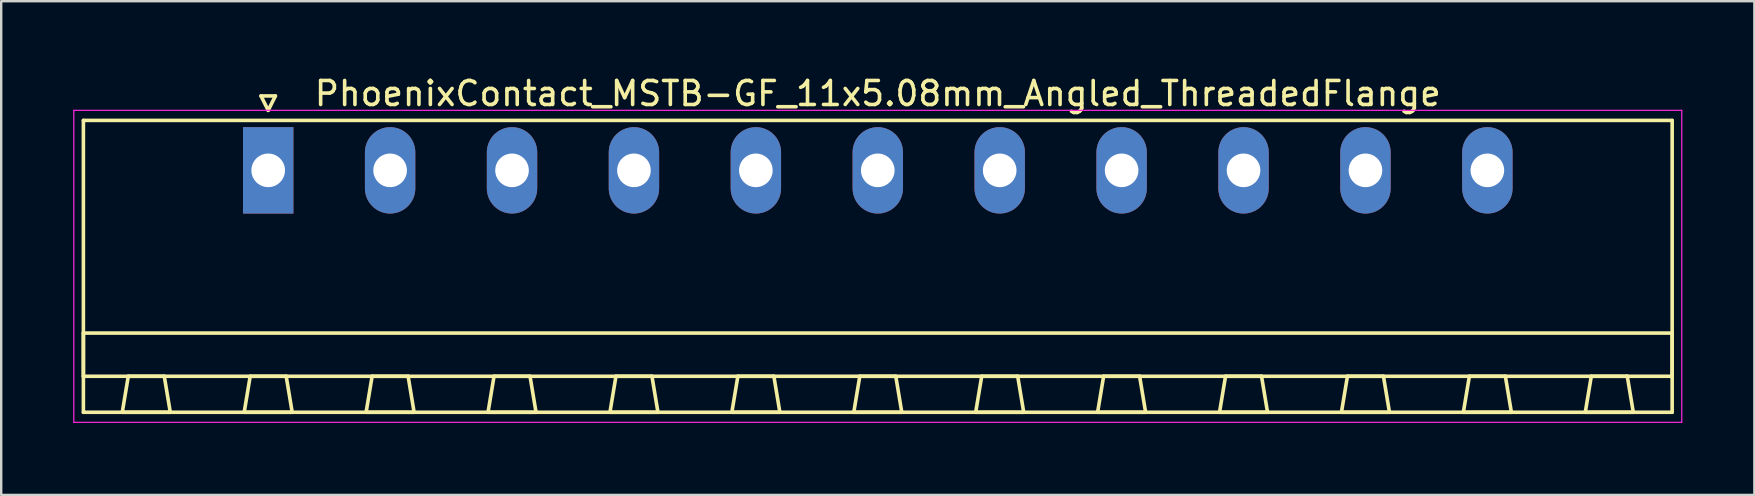
<source format=kicad_pcb>
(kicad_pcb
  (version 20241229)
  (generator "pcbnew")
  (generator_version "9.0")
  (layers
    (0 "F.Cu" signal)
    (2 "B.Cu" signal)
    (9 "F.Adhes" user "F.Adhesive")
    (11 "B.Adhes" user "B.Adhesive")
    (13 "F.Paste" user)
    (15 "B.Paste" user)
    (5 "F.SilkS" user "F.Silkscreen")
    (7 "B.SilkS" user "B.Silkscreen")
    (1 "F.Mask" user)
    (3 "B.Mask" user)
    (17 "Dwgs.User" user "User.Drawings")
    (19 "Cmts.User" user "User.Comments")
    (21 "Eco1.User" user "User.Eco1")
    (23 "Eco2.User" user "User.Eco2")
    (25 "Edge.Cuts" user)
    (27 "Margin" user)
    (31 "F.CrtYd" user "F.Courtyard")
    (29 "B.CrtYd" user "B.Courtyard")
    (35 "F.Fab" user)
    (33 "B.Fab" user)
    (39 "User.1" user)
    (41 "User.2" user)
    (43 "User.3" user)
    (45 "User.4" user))
  (footprint "PhoenixContact_MSTB-GF_11x5.08mm_Angled_ThreadedFlange"
    (layer "F.Cu")
    (at 8.125 4.048)
    (property "Reference" "PhoenixContact_MSTB-GF_11x5.08mm_Angled_ThreadedFlange" (at 25.4 -3.2 0) (layer "F.SilkS") (effects (font (size 1 1) (thickness 0.15))))
    (attr through_hole)
    (fp_line (start -7.7 -2.08) (end -7.7 10.08) (stroke (width 0.15) (type solid)) (layer "F.SilkS"))
    (fp_line (start -7.7 6.78) (end 58.5 6.78) (stroke (width 0.15) (type solid)) (layer "F.SilkS"))
    (fp_line (start -7.7 8.58) (end -7.7 6.78) (stroke (width 0.15) (type solid)) (layer "F.SilkS"))
    (fp_line (start -7.7 10.08) (end 58.5 10.08) (stroke (width 0.15) (type solid)) (layer "F.SilkS"))
    (fp_line (start -6.08 10.08) (end -4.08 10.08) (stroke (width 0.15) (type solid)) (layer "F.SilkS"))
    (fp_line (start -5.83 8.58) (end -6.08 10.08) (stroke (width 0.15) (type solid)) (layer "F.SilkS"))
    (fp_line (start -4.33 8.58) (end -5.83 8.58) (stroke (width 0.15) (type solid)) (layer "F.SilkS"))
    (fp_line (start -4.08 10.08) (end -4.33 8.58) (stroke (width 0.15) (type solid)) (layer "F.SilkS"))
    (fp_line (start -1 10.08) (end 1 10.08) (stroke (width 0.15) (type solid)) (layer "F.SilkS"))
    (fp_line (start -0.75 8.58) (end -1 10.08) (stroke (width 0.15) (type solid)) (layer "F.SilkS"))
    (fp_line (start -0.3 -3.1) (end 0 -2.5) (stroke (width 0.15) (type solid)) (layer "F.SilkS"))
    (fp_line (start 0 -2.5) (end 0.3 -3.1) (stroke (width 0.15) (type solid)) (layer "F.SilkS"))
    (fp_line (start 0.3 -3.1) (end -0.3 -3.1) (stroke (width 0.15) (type solid)) (layer "F.SilkS"))
    (fp_line (start 0.75 8.58) (end -0.75 8.58) (stroke (width 0.15) (type solid)) (layer "F.SilkS"))
    (fp_line (start 1 10.08) (end 0.75 8.58) (stroke (width 0.15) (type solid)) (layer "F.SilkS"))
    (fp_line (start 4.08 10.08) (end 6.08 10.08) (stroke (width 0.15) (type solid)) (layer "F.SilkS"))
    (fp_line (start 4.33 8.58) (end 4.08 10.08) (stroke (width 0.15) (type solid)) (layer "F.SilkS"))
    (fp_line (start 5.83 8.58) (end 4.33 8.58) (stroke (width 0.15) (type solid)) (layer "F.SilkS"))
    (fp_line (start 6.08 10.08) (end 5.83 8.58) (stroke (width 0.15) (type solid)) (layer "F.SilkS"))
    (fp_line (start 9.16 10.08) (end 11.16 10.08) (stroke (width 0.15) (type solid)) (layer "F.SilkS"))
    (fp_line (start 9.41 8.58) (end 9.16 10.08) (stroke (width 0.15) (type solid)) (layer "F.SilkS"))
    (fp_line (start 10.91 8.58) (end 9.41 8.58) (stroke (width 0.15) (type solid)) (layer "F.SilkS"))
    (fp_line (start 11.16 10.08) (end 10.91 8.58) (stroke (width 0.15) (type solid)) (layer "F.SilkS"))
    (fp_line (start 14.24 10.08) (end 16.24 10.08) (stroke (width 0.15) (type solid)) (layer "F.SilkS"))
    (fp_line (start 14.49 8.58) (end 14.24 10.08) (stroke (width 0.15) (type solid)) (layer "F.SilkS"))
    (fp_line (start 15.99 8.58) (end 14.49 8.58) (stroke (width 0.15) (type solid)) (layer "F.SilkS"))
    (fp_line (start 16.24 10.08) (end 15.99 8.58) (stroke (width 0.15) (type solid)) (layer "F.SilkS"))
    (fp_line (start 19.32 10.08) (end 21.32 10.08) (stroke (width 0.15) (type solid)) (layer "F.SilkS"))
    (fp_line (start 19.57 8.58) (end 19.32 10.08) (stroke (width 0.15) (type solid)) (layer "F.SilkS"))
    (fp_line (start 21.07 8.58) (end 19.57 8.58) (stroke (width 0.15) (type solid)) (layer "F.SilkS"))
    (fp_line (start 21.32 10.08) (end 21.07 8.58) (stroke (width 0.15) (type solid)) (layer "F.SilkS"))
    (fp_line (start 24.4 10.08) (end 26.4 10.08) (stroke (width 0.15) (type solid)) (layer "F.SilkS"))
    (fp_line (start 24.65 8.58) (end 24.4 10.08) (stroke (width 0.15) (type solid)) (layer "F.SilkS"))
    (fp_line (start 26.15 8.58) (end 24.65 8.58) (stroke (width 0.15) (type solid)) (layer "F.SilkS"))
    (fp_line (start 26.4 10.08) (end 26.15 8.58) (stroke (width 0.15) (type solid)) (layer "F.SilkS"))
    (fp_line (start 29.48 10.08) (end 31.48 10.08) (stroke (width 0.15) (type solid)) (layer "F.SilkS"))
    (fp_line (start 29.73 8.58) (end 29.48 10.08) (stroke (width 0.15) (type solid)) (layer "F.SilkS"))
    (fp_line (start 31.23 8.58) (end 29.73 8.58) (stroke (width 0.15) (type solid)) (layer "F.SilkS"))
    (fp_line (start 31.48 10.08) (end 31.23 8.58) (stroke (width 0.15) (type solid)) (layer "F.SilkS"))
    (fp_line (start 34.56 10.08) (end 36.56 10.08) (stroke (width 0.15) (type solid)) (layer "F.SilkS"))
    (fp_line (start 34.81 8.58) (end 34.56 10.08) (stroke (width 0.15) (type solid)) (layer "F.SilkS"))
    (fp_line (start 36.31 8.58) (end 34.81 8.58) (stroke (width 0.15) (type solid)) (layer "F.SilkS"))
    (fp_line (start 36.56 10.08) (end 36.31 8.58) (stroke (width 0.15) (type solid)) (layer "F.SilkS"))
    (fp_line (start 39.64 10.08) (end 41.64 10.08) (stroke (width 0.15) (type solid)) (layer "F.SilkS"))
    (fp_line (start 39.89 8.58) (end 39.64 10.08) (stroke (width 0.15) (type solid)) (layer "F.SilkS"))
    (fp_line (start 41.39 8.58) (end 39.89 8.58) (stroke (width 0.15) (type solid)) (layer "F.SilkS"))
    (fp_line (start 41.64 10.08) (end 41.39 8.58) (stroke (width 0.15) (type solid)) (layer "F.SilkS"))
    (fp_line (start 44.72 10.08) (end 46.72 10.08) (stroke (width 0.15) (type solid)) (layer "F.SilkS"))
    (fp_line (start 44.97 8.58) (end 44.72 10.08) (stroke (width 0.15) (type solid)) (layer "F.SilkS"))
    (fp_line (start 46.47 8.58) (end 44.97 8.58) (stroke (width 0.15) (type solid)) (layer "F.SilkS"))
    (fp_line (start 46.72 10.08) (end 46.47 8.58) (stroke (width 0.15) (type solid)) (layer "F.SilkS"))
    (fp_line (start 49.8 10.08) (end 51.8 10.08) (stroke (width 0.15) (type solid)) (layer "F.SilkS"))
    (fp_line (start 50.05 8.58) (end 49.8 10.08) (stroke (width 0.15) (type solid)) (layer "F.SilkS"))
    (fp_line (start 51.55 8.58) (end 50.05 8.58) (stroke (width 0.15) (type solid)) (layer "F.SilkS"))
    (fp_line (start 51.8 10.08) (end 51.55 8.58) (stroke (width 0.15) (type solid)) (layer "F.SilkS"))
    (fp_line (start 54.88 10.08) (end 56.88 10.08) (stroke (width 0.15) (type solid)) (layer "F.SilkS"))
    (fp_line (start 55.13 8.58) (end 54.88 10.08) (stroke (width 0.15) (type solid)) (layer "F.SilkS"))
    (fp_line (start 56.63 8.58) (end 55.13 8.58) (stroke (width 0.15) (type solid)) (layer "F.SilkS"))
    (fp_line (start 56.88 10.08) (end 56.63 8.58) (stroke (width 0.15) (type solid)) (layer "F.SilkS"))
    (fp_line (start 58.5 -2.08) (end -7.7 -2.08) (stroke (width 0.15) (type solid)) (layer "F.SilkS"))
    (fp_line (start 58.5 6.78) (end 58.5 8.58) (stroke (width 0.15) (type solid)) (layer "F.SilkS"))
    (fp_line (start 58.5 8.58) (end -7.7 8.58) (stroke (width 0.15) (type solid)) (layer "F.SilkS"))
    (fp_line (start 58.5 10.08) (end 58.5 -2.08) (stroke (width 0.15) (type solid)) (layer "F.SilkS"))
    (fp_line (start -8.1 -2.5) (end -8.1 10.5) (stroke (width 0.05) (type solid)) (layer "F.CrtYd"))
    (fp_line (start -8.1 10.5) (end 58.9 10.5) (stroke (width 0.05) (type solid)) (layer "F.CrtYd"))
    (fp_line (start 58.9 -2.5) (end -8.1 -2.5) (stroke (width 0.05) (type solid)) (layer "F.CrtYd"))
    (fp_line (start 58.9 10.5) (end 58.9 -2.5) (stroke (width 0.05) (type solid)) (layer "F.CrtYd"))
    (pad "1" thru_hole rect (at 0 0) (size 2.1 3.6) (drill 1.4) (layers "*.Cu" "*.Mask"))
    (pad "2" thru_hole oval (at 5.08 0) (size 2.1 3.6) (drill 1.4) (layers "*.Cu" "*.Mask"))
    (pad "3" thru_hole oval (at 10.16 0) (size 2.1 3.6) (drill 1.4) (layers "*.Cu" "*.Mask"))
    (pad "4" thru_hole oval (at 15.24 0) (size 2.1 3.6) (drill 1.4) (layers "*.Cu" "*.Mask"))
    (pad "5" thru_hole oval (at 20.32 0) (size 2.1 3.6) (drill 1.4) (layers "*.Cu" "*.Mask"))
    (pad "6" thru_hole oval (at 25.4 0) (size 2.1 3.6) (drill 1.4) (layers "*.Cu" "*.Mask"))
    (pad "7" thru_hole oval (at 30.48 0) (size 2.1 3.6) (drill 1.4) (layers "*.Cu" "*.Mask"))
    (pad "8" thru_hole oval (at 35.56 0) (size 2.1 3.6) (drill 1.4) (layers "*.Cu" "*.Mask"))
    (pad "9" thru_hole oval (at 40.64 0) (size 2.1 3.6) (drill 1.4) (layers "*.Cu" "*.Mask"))
    (pad "10" thru_hole oval (at 45.72 0) (size 2.1 3.6) (drill 1.4) (layers "*.Cu" "*.Mask"))
    (pad "11" thru_hole oval (at 50.8 0) (size 2.1 3.6) (drill 1.4) (layers "*.Cu" "*.Mask")))
  (gr_rect
    (start -3 -3)
    (end 70.05 17.573)
    (stroke (width 0.1) (type default))
    (fill no)
    (layer "Edge.Cuts")))
</source>
